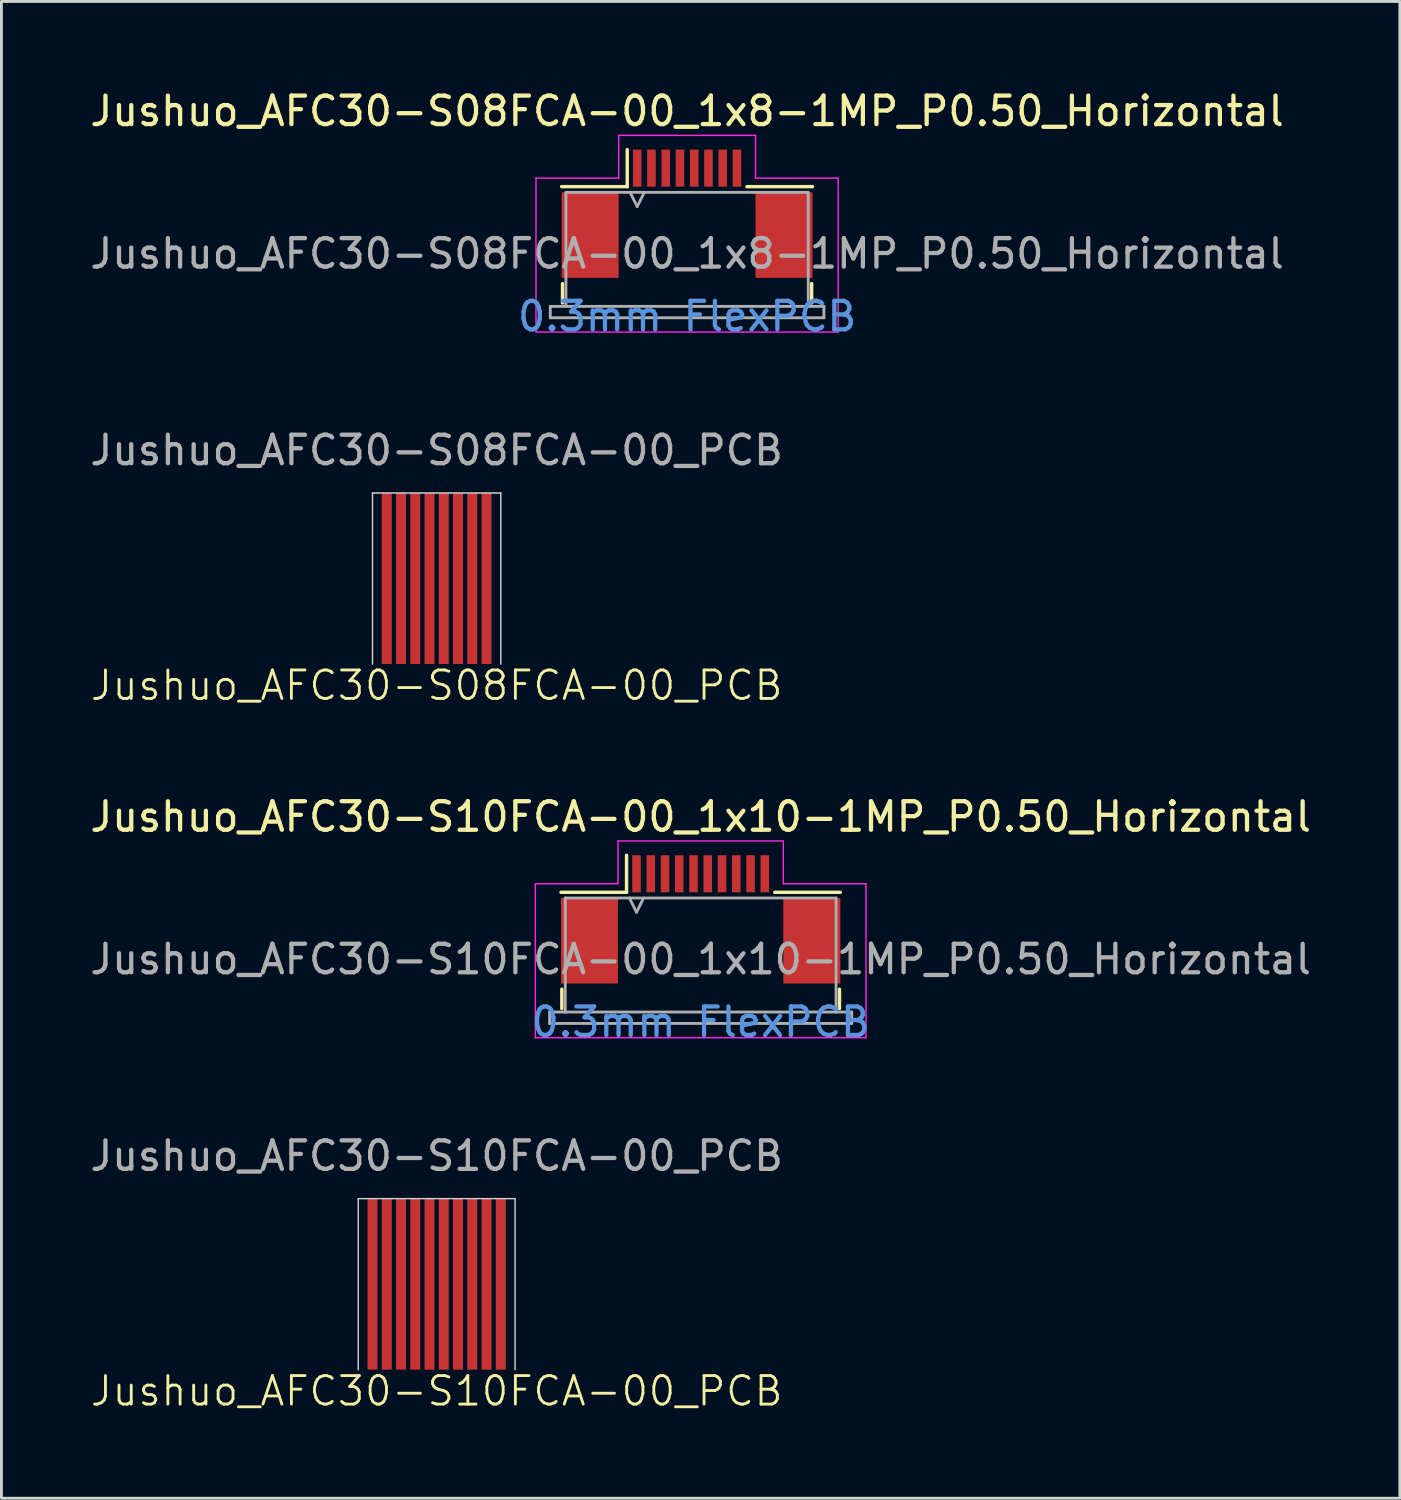
<source format=kicad_pcb>
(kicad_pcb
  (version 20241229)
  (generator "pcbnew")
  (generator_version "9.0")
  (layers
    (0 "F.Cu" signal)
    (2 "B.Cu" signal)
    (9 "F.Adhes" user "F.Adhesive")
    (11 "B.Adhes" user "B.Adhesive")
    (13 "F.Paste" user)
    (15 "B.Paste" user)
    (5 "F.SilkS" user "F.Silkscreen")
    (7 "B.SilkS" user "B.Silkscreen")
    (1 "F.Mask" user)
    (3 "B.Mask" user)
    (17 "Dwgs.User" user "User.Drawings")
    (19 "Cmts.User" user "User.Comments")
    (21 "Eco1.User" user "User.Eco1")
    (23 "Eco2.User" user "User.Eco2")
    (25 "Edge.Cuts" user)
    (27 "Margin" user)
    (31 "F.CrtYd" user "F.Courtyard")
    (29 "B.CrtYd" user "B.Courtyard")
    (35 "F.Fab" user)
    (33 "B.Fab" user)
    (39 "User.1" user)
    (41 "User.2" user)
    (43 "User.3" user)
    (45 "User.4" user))
  (footprint "Jushuo_AFC30-S08FCA-00_PCB"
    (layer "F.Cu")
    (at 12.268 17.245)
    (property "Reference" "Jushuo_AFC30-S08FCA-00_PCB" (at 0 3.75 0) (unlocked yes) (layer "F.SilkS") (effects (font (size 1 1) (thickness 0.1))))
    (attr smd)
    (fp_rect (start -2.25 -3) (end 2.25 0) (stroke (width 0) (type solid)) (fill yes) (layer "F.Mask"))
    (fp_line (start -2.25 -3) (end -2.25 3) (stroke (width 0.05) (type default)) (layer "Edge.Cuts"))
    (fp_line (start -2.25 -3) (end 2.25 -3) (stroke (width 0.05) (type default)) (layer "Edge.Cuts"))
    (fp_line (start 2.25 -3) (end 2.25 3) (stroke (width 0.05) (type default)) (layer "Edge.Cuts"))
    (fp_text user "${REFERENCE}" (at 0 -4.5 0) (unlocked yes) (layer "F.Fab") (effects (font (size 1 1) (thickness 0.15))))
    (pad "1" smd rect (at 1.75 0) (size 0.35 6) (layers "F.Cu" "F.Mask" "F.Paste"))
    (pad "2" smd rect (at 1.25 0) (size 0.35 6) (layers "F.Cu" "F.Mask" "F.Paste"))
    (pad "3" smd rect (at 0.75 0) (size 0.35 6) (layers "F.Cu" "F.Mask" "F.Paste"))
    (pad "4" smd rect (at 0.25 0) (size 0.35 6) (layers "F.Cu" "F.Mask" "F.Paste"))
    (pad "5" smd rect (at -0.25 0) (size 0.35 6) (layers "F.Cu" "F.Mask" "F.Paste"))
    (pad "6" smd rect (at -0.75 0) (size 0.35 6) (layers "F.Cu" "F.Mask" "F.Paste"))
    (pad "7" smd rect (at -1.25 0) (size 0.35 6) (layers "F.Cu" "F.Mask" "F.Paste"))
    (pad "8" smd rect (at -1.75 0) (size 0.35 6) (layers "F.Cu" "F.Mask" "F.Paste")))
  (footprint "Jushuo_AFC30-S10FCA-00_PCB"
    (layer "F.Cu")
    (at 12.268 42)
    (property "Reference" "Jushuo_AFC30-S10FCA-00_PCB" (at 0 3.75 0) (unlocked yes) (layer "F.SilkS") (effects (font (size 1 1) (thickness 0.1))))
    (attr smd)
    (fp_rect (start -2.75 -3) (end 2.75 0) (stroke (width 0) (type solid)) (fill yes) (layer "F.Mask"))
    (fp_line (start -2.75 -3) (end -2.75 3) (stroke (width 0.05) (type default)) (layer "Edge.Cuts"))
    (fp_line (start -2.75 -3) (end 2.75 -3) (stroke (width 0.05) (type default)) (layer "Edge.Cuts"))
    (fp_line (start 2.75 -3) (end 2.75 3) (stroke (width 0.05) (type default)) (layer "Edge.Cuts"))
    (fp_text user "${REFERENCE}" (at 0 -4.5 0) (unlocked yes) (layer "F.Fab") (effects (font (size 1 1) (thickness 0.15))))
    (pad "1" smd rect (at 2.25 0) (size 0.35 6) (layers "F.Cu" "F.Mask" "F.Paste"))
    (pad "2" smd rect (at 1.75 0) (size 0.35 6) (layers "F.Cu" "F.Mask" "F.Paste"))
    (pad "3" smd rect (at 1.25 0) (size 0.35 6) (layers "F.Cu" "F.Mask" "F.Paste"))
    (pad "4" smd rect (at 0.75 0) (size 0.35 6) (layers "F.Cu" "F.Mask" "F.Paste"))
    (pad "5" smd rect (at 0.25 0) (size 0.35 6) (layers "F.Cu" "F.Mask" "F.Paste"))
    (pad "6" smd rect (at -0.25 0) (size 0.35 6) (layers "F.Cu" "F.Mask" "F.Paste"))
    (pad "7" smd rect (at -0.75 0) (size 0.35 6) (layers "F.Cu" "F.Mask" "F.Paste"))
    (pad "8" smd rect (at -1.25 0) (size 0.35 6) (layers "F.Cu" "F.Mask" "F.Paste"))
    (pad "9" smd rect (at -1.75 0) (size 0.35 6) (layers "F.Cu" "F.Mask" "F.Paste"))
    (pad "10" smd rect (at -2.25 0) (size 0.35 6) (layers "F.Cu" "F.Mask" "F.Paste")))
  (footprint "Jushuo_AFC30-S08FCA-00_1x8-1MP_P0.50_Horizontal"
    (layer "F.Cu")
    (at 21.054 4.448)
    (property "Reference" "Jushuo_AFC30-S08FCA-00_1x8-1MP_P0.50_Horizontal" (at 0 -3.6 0) (layer "F.SilkS") (effects (font (size 1 1) (thickness 0.15))))
    (attr smd)
    (fp_line (start -4.37 2.45) (end -4.37 3.13) (stroke (width 0.12) (type solid)) (layer "F.SilkS"))
    (fp_line (start -2.1 -0.95) (end -4.4 -0.95) (stroke (width 0.12) (type solid)) (layer "F.SilkS"))
    (fp_line (start -2.1 -0.95) (end -2.1 -2.25) (stroke (width 0.12) (type solid)) (layer "F.SilkS"))
    (fp_line (start 2.1 -0.95) (end 4.4 -0.95) (stroke (width 0.12) (type solid)) (layer "F.SilkS"))
    (fp_line (start 4.37 2.45) (end 4.37 3.13) (stroke (width 0.12) (type solid)) (layer "F.SilkS"))
    (fp_line (start -5.3 -1.25) (end -5.3 4.15) (stroke (width 0.05) (type solid)) (layer "F.CrtYd"))
    (fp_line (start -5.3 4.15) (end 5.3 4.15) (stroke (width 0.05) (type solid)) (layer "F.CrtYd"))
    (fp_line (start -2.4 -2.75) (end -2.4 -1.25) (stroke (width 0.05) (type solid)) (layer "F.CrtYd"))
    (fp_line (start -2.4 -1.25) (end -5.3 -1.25) (stroke (width 0.05) (type solid)) (layer "F.CrtYd"))
    (fp_line (start 2.4 -2.75) (end -2.4 -2.75) (stroke (width 0.05) (type solid)) (layer "F.CrtYd"))
    (fp_line (start 2.4 -1.25) (end 2.4 -2.75) (stroke (width 0.05) (type solid)) (layer "F.CrtYd"))
    (fp_line (start 5.3 -1.25) (end 2.4 -1.25) (stroke (width 0.05) (type solid)) (layer "F.CrtYd"))
    (fp_line (start 5.3 4.15) (end 5.3 -1.25) (stroke (width 0.05) (type solid)) (layer "F.CrtYd"))
    (fp_line (start -4.8 3.25) (end -4.8 3.65) (stroke (width 0.1) (type solid)) (layer "F.Fab"))
    (fp_line (start -4.8 3.65) (end 4.8 3.65) (stroke (width 0.1) (type solid)) (layer "F.Fab"))
    (fp_line (start -4.25 -0.75) (end 4.25 -0.75) (stroke (width 0.1) (type solid)) (layer "F.Fab"))
    (fp_line (start -4.25 3.25) (end -4.8 3.25) (stroke (width 0.1) (type solid)) (layer "F.Fab"))
    (fp_line (start -4.25 3.25) (end -4.25 -0.75) (stroke (width 0.1) (type solid)) (layer "F.Fab"))
    (fp_line (start -2 -0.75) (end -1.75 -0.25) (stroke (width 0.1) (type solid)) (layer "F.Fab"))
    (fp_line (start -1.75 -0.25) (end -1.5 -0.75) (stroke (width 0.1) (type solid)) (layer "F.Fab"))
    (fp_line (start 4.25 3.25) (end -4.25 3.25) (stroke (width 0.1) (type solid)) (layer "F.Fab"))
    (fp_line (start 4.25 3.25) (end 4.25 -0.75) (stroke (width 0.1) (type solid)) (layer "F.Fab"))
    (fp_line (start 4.8 3.25) (end 4.25 3.25) (stroke (width 0.1) (type solid)) (layer "F.Fab"))
    (fp_line (start 4.8 3.65) (end 4.8 3.25) (stroke (width 0.1) (type solid)) (layer "F.Fab"))
    (fp_text user "0.3mm FlexPCB" (at 0 3.6 0) (layer "Cmts.User") (effects (font (size 1 1) (thickness 0.15))))
    (fp_text user "${REFERENCE}" (at 0 1.4 0) (unlocked yes) (layer "F.Fab") (effects (font (size 1 1) (thickness 0.15))))
    (pad "1" smd rect (at -1.75 -1.6) (size 0.3 1.3) (layers "F.Cu" "F.Mask" "F.Paste"))
    (pad "2" smd rect (at -1.25 -1.6) (size 0.3 1.3) (layers "F.Cu" "F.Mask" "F.Paste"))
    (pad "3" smd rect (at -0.75 -1.6) (size 0.3 1.3) (layers "F.Cu" "F.Mask" "F.Paste"))
    (pad "4" smd rect (at -0.25 -1.6) (size 0.3 1.3) (layers "F.Cu" "F.Mask" "F.Paste"))
    (pad "5" smd rect (at 0.25 -1.6) (size 0.3 1.3) (layers "F.Cu" "F.Mask" "F.Paste"))
    (pad "6" smd rect (at 0.75 -1.6) (size 0.3 1.3) (layers "F.Cu" "F.Mask" "F.Paste"))
    (pad "7" smd rect (at 1.25 -1.6) (size 0.3 1.3) (layers "F.Cu" "F.Mask" "F.Paste"))
    (pad "8" smd rect (at 1.75 -1.6) (size 0.3 1.3) (layers "F.Cu" "F.Mask" "F.Paste"))
    (pad "MP" smd rect (at -3.4 0.75) (size 2 3) (layers "F.Cu" "F.Mask" "F.Paste"))
    (pad "MP" smd rect (at 3.4 0.75) (size 2 3) (layers "F.Cu" "F.Mask" "F.Paste")))
  (footprint "Jushuo_AFC30-S10FCA-00_1x10-1MP_P0.50_Horizontal"
    (layer "F.Cu")
    (at 21.53 29.203)
    (property "Reference" "Jushuo_AFC30-S10FCA-00_1x10-1MP_P0.50_Horizontal" (at 0 -3.6 0) (layer "F.SilkS") (effects (font (size 1 1) (thickness 0.15))))
    (attr smd)
    (fp_line (start -4.87 2.45) (end -4.87 3.13) (stroke (width 0.12) (type solid)) (layer "F.SilkS"))
    (fp_line (start -2.6 -0.95) (end -4.9 -0.95) (stroke (width 0.12) (type solid)) (layer "F.SilkS"))
    (fp_line (start -2.6 -0.95) (end -2.6 -2.25) (stroke (width 0.12) (type solid)) (layer "F.SilkS"))
    (fp_line (start 2.6 -0.95) (end 4.9 -0.95) (stroke (width 0.12) (type solid)) (layer "F.SilkS"))
    (fp_line (start 4.87 2.45) (end 4.87 3.13) (stroke (width 0.12) (type solid)) (layer "F.SilkS"))
    (fp_line (start -5.8 -1.25) (end -5.8 4.15) (stroke (width 0.05) (type solid)) (layer "F.CrtYd"))
    (fp_line (start -5.8 4.15) (end 5.8 4.15) (stroke (width 0.05) (type solid)) (layer "F.CrtYd"))
    (fp_line (start -2.9 -2.75) (end -2.9 -1.25) (stroke (width 0.05) (type solid)) (layer "F.CrtYd"))
    (fp_line (start -2.9 -1.25) (end -5.8 -1.25) (stroke (width 0.05) (type solid)) (layer "F.CrtYd"))
    (fp_line (start 2.9 -2.75) (end -2.9 -2.75) (stroke (width 0.05) (type solid)) (layer "F.CrtYd"))
    (fp_line (start 2.9 -1.25) (end 2.9 -2.75) (stroke (width 0.05) (type solid)) (layer "F.CrtYd"))
    (fp_line (start 5.8 -1.25) (end 2.9 -1.25) (stroke (width 0.05) (type solid)) (layer "F.CrtYd"))
    (fp_line (start 5.8 4.15) (end 5.8 -1.25) (stroke (width 0.05) (type solid)) (layer "F.CrtYd"))
    (fp_line (start -5.3 3.25) (end -5.3 3.65) (stroke (width 0.1) (type solid)) (layer "F.Fab"))
    (fp_line (start -5.3 3.65) (end 5.3 3.65) (stroke (width 0.1) (type solid)) (layer "F.Fab"))
    (fp_line (start -4.75 -0.75) (end 4.75 -0.75) (stroke (width 0.1) (type solid)) (layer "F.Fab"))
    (fp_line (start -4.75 3.25) (end -5.3 3.25) (stroke (width 0.1) (type solid)) (layer "F.Fab"))
    (fp_line (start -4.75 3.25) (end -4.75 -0.75) (stroke (width 0.1) (type solid)) (layer "F.Fab"))
    (fp_line (start -2.5 -0.75) (end -2.25 -0.25) (stroke (width 0.1) (type solid)) (layer "F.Fab"))
    (fp_line (start -2.25 -0.25) (end -2 -0.75) (stroke (width 0.1) (type solid)) (layer "F.Fab"))
    (fp_line (start 4.75 3.25) (end -4.75 3.25) (stroke (width 0.1) (type solid)) (layer "F.Fab"))
    (fp_line (start 4.75 3.25) (end 4.75 -0.75) (stroke (width 0.1) (type solid)) (layer "F.Fab"))
    (fp_line (start 5.3 3.25) (end 4.75 3.25) (stroke (width 0.1) (type solid)) (layer "F.Fab"))
    (fp_line (start 5.3 3.65) (end 5.3 3.25) (stroke (width 0.1) (type solid)) (layer "F.Fab"))
    (fp_text user "0.3mm FlexPCB" (at 0 3.6 0) (layer "Cmts.User") (effects (font (size 1 1) (thickness 0.15))))
    (fp_text user "${REFERENCE}" (at 0 1.4 0) (unlocked yes) (layer "F.Fab") (effects (font (size 1 1) (thickness 0.15))))
    (pad "1" smd rect (at -2.25 -1.6) (size 0.3 1.3) (layers "F.Cu" "F.Mask" "F.Paste"))
    (pad "2" smd rect (at -1.75 -1.6) (size 0.3 1.3) (layers "F.Cu" "F.Mask" "F.Paste"))
    (pad "3" smd rect (at -1.25 -1.6) (size 0.3 1.3) (layers "F.Cu" "F.Mask" "F.Paste"))
    (pad "4" smd rect (at -0.75 -1.6) (size 0.3 1.3) (layers "F.Cu" "F.Mask" "F.Paste"))
    (pad "5" smd rect (at -0.25 -1.6) (size 0.3 1.3) (layers "F.Cu" "F.Mask" "F.Paste"))
    (pad "6" smd rect (at 0.25 -1.6) (size 0.3 1.3) (layers "F.Cu" "F.Mask" "F.Paste"))
    (pad "7" smd rect (at 0.75 -1.6) (size 0.3 1.3) (layers "F.Cu" "F.Mask" "F.Paste"))
    (pad "8" smd rect (at 1.25 -1.6) (size 0.3 1.3) (layers "F.Cu" "F.Mask" "F.Paste"))
    (pad "9" smd rect (at 1.75 -1.6) (size 0.3 1.3) (layers "F.Cu" "F.Mask" "F.Paste"))
    (pad "10" smd rect (at 2.25 -1.6) (size 0.3 1.3) (layers "F.Cu" "F.Mask" "F.Paste"))
    (pad "MP" smd rect (at -3.9 0.75) (size 2 3) (layers "F.Cu" "F.Mask" "F.Paste"))
    (pad "MP" smd rect (at 3.9 0.75) (size 2 3) (layers "F.Cu" "F.Mask" "F.Paste")))
  (gr_rect
    (start -3 -3)
    (end 46.06 49.511)
    (stroke (width 0.1) (type default))
    (fill no)
    (layer "Edge.Cuts")))
</source>
